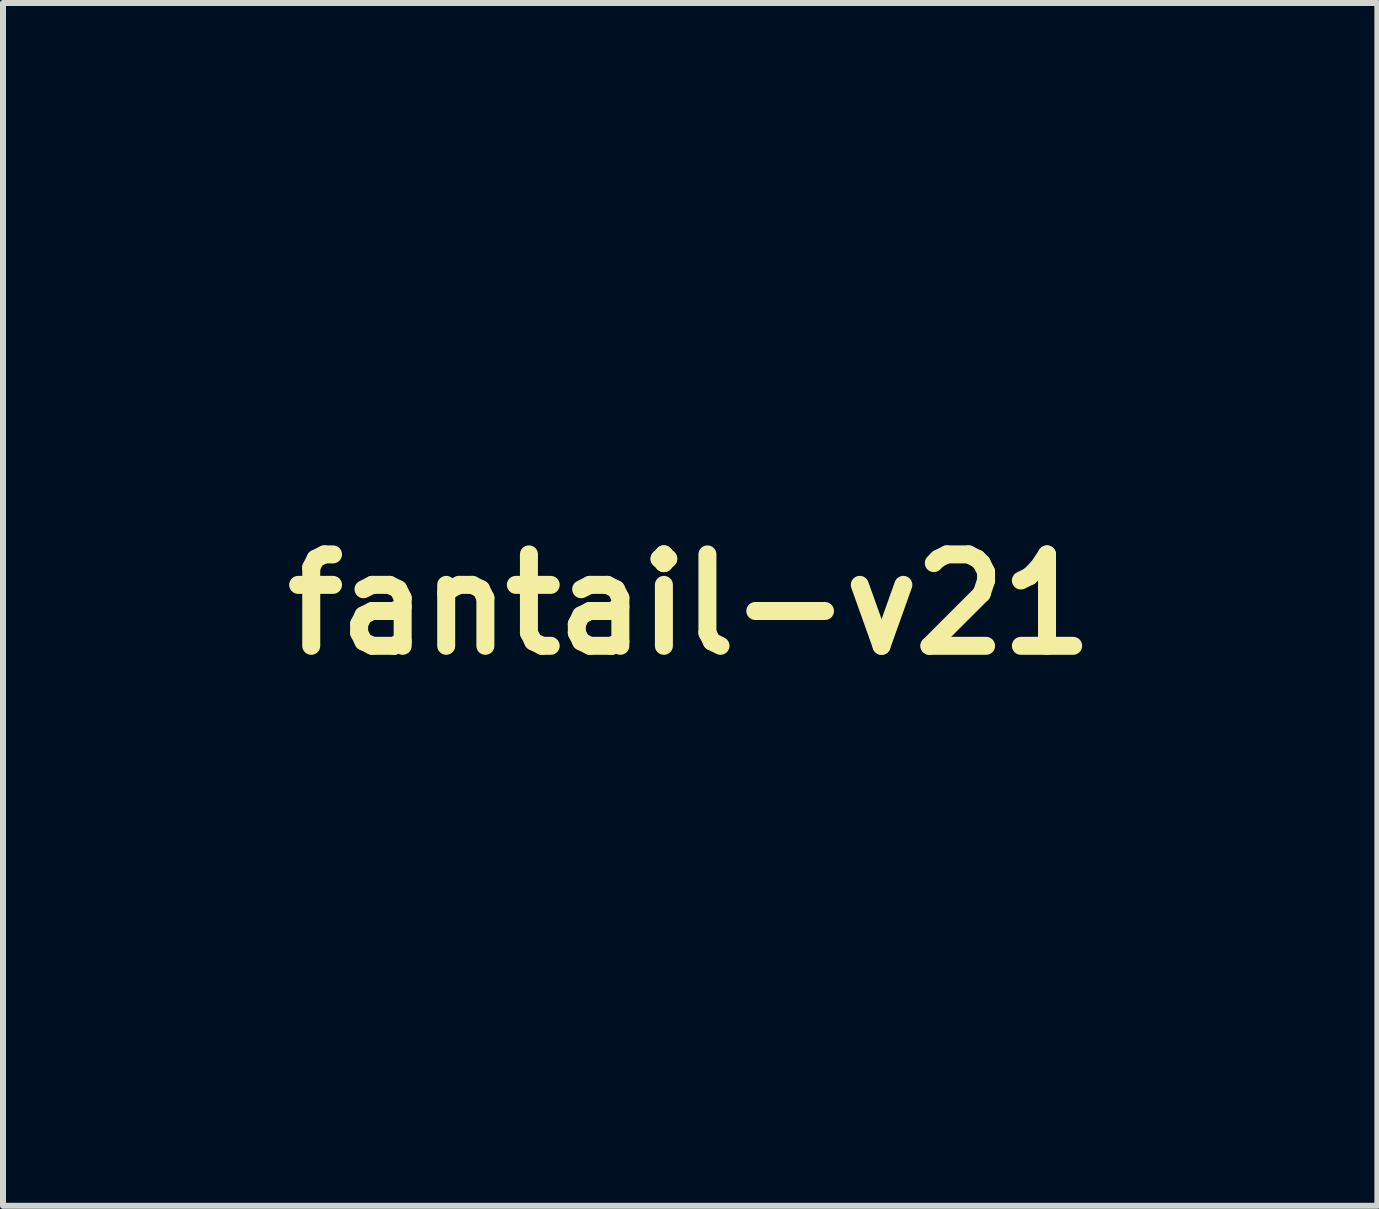
<source format=kicad_pcb>
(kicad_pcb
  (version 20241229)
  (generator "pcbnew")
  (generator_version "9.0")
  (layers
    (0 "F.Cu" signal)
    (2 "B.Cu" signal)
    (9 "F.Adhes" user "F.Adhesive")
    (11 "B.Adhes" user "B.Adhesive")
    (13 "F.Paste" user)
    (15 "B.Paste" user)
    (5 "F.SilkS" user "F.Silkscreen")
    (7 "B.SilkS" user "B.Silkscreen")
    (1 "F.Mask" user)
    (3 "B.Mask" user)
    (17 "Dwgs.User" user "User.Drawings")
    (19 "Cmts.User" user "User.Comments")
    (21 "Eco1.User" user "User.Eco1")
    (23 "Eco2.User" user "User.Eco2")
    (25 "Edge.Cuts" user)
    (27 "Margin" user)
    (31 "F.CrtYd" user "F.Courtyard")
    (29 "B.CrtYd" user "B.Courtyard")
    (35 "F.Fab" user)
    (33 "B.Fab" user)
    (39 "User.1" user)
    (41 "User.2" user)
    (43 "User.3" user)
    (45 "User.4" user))
  (footprint "fantail-v21"
    (layer "F.Cu")
    (at 8.452 7.026)
    (property "Reference" "fantail-v21" (at 0 0 0) (layer "F.SilkS") (effects (font (size 1.524 1.524) (thickness 0.3))))
    (attr through_hole)
    (fp_poly (pts (xy -5.045 -0.022) (xy -4.794 0.523) (xy -4.566 1.013) (xy -4.369 1.429) (xy -4.213 1.751) (xy -4.108 1.958) (xy -4.063 2.031) (xy -4.018 1.958) (xy -3.913 1.75) (xy -3.757 1.427) (xy -3.56 1.011) (xy -3.332 0.52) (xy -3.083 -0.021) (xy -2.147 -2.074) (xy -0.926 -2.074) (xy -0.441 -2.072) (xy -0.099 -2.063) (xy 0.123 -2.045) (xy 0.251 -2.015) (xy 0.309 -1.971) (xy 0.32 -1.942) (xy 0.288 -1.848) (xy 0.189 -1.62) (xy 0.033 -1.272) (xy -0.174 -0.822) (xy -0.423 -0.286) (xy -0.707 0.319) (xy -1.017 0.976) (xy -1.346 1.669) (xy -1.686 2.381) (xy -2.028 3.096) (xy -2.365 3.797) (xy -2.689 4.467) (xy -2.991 5.09) (xy -3.265 5.649) (xy -3.501 6.127) (xy -3.693 6.508) (xy -3.831 6.776) (xy -3.909 6.913) (xy -3.916 6.921) (xy -4.044 7.019) (xy -4.172 6.963) (xy -4.27 6.837) (xy -4.351 6.692) (xy -4.493 6.418) (xy -4.686 6.031) (xy -4.924 5.548) (xy -5.198 4.986) (xy -5.501 4.361) (xy -5.824 3.69) (xy -6.159 2.989) (xy -6.499 2.276) (xy -6.835 1.568) (xy -7.16 0.88) (xy -7.465 0.23) (xy -7.743 -0.366) (xy -7.986 -0.891) (xy -8.186 -1.328) (xy -8.314 -1.615) (xy -7.868 -1.615) (xy -6.915 0.357) (xy -6.584 1.043) (xy -6.209 1.818) (xy -5.82 2.626) (xy -5.443 3.408) (xy -5.105 4.109) (xy -5.036 4.253) (xy -4.783 4.773) (xy -4.55 5.236) (xy -4.35 5.62) (xy -4.193 5.907) (xy -4.088 6.076) (xy -4.048 6.114) (xy -4 6.028) (xy -3.885 5.803) (xy -3.711 5.456) (xy -3.485 5.001) (xy -3.214 4.453) (xy -2.906 3.825) (xy -2.568 3.134) (xy -2.207 2.394) (xy -2.134 2.242) (xy -0.282 -1.566) (xy -1.041 -1.591) (xy -1.381 -1.598) (xy -1.651 -1.596) (xy -1.811 -1.586) (xy -1.836 -1.579) (xy -1.879 -1.495) (xy -1.984 -1.278) (xy -2.14 -0.945) (xy -2.339 -0.518) (xy -2.572 -0.017) (xy -2.828 0.54) (xy -2.877 0.647) (xy -3.192 1.328) (xy -3.447 1.865) (xy -3.65 2.273) (xy -3.806 2.563) (xy -3.923 2.749) (xy -4.008 2.844) (xy -4.045 2.862) (xy -4.103 2.849) (xy -4.173 2.784) (xy -4.266 2.65) (xy -4.388 2.434) (xy -4.549 2.12) (xy -4.755 1.691) (xy -5.017 1.134) (xy -5.236 0.66) (xy -6.264 -1.566) (xy -7.066 -1.591) (xy -7.868 -1.615) (xy -8.314 -1.615) (xy -8.334 -1.661) (xy -8.424 -1.872) (xy -8.447 -1.944) (xy -8.414 -1.996) (xy -8.32 -2.033) (xy -8.143 -2.056) (xy -7.856 -2.069) (xy -7.435 -2.074) (xy -7.203 -2.074) (xy -5.984 -2.074) (xy -5.045 -0.022)) (stroke (width 0.01) (type solid)) (fill yes) (layer "F.Mask"))
    (fp_poly (pts (xy 4.707 -6.996) (xy 5.173 -6.94) (xy 5.375 -6.897) (xy 6.067 -6.636) (xy 6.725 -6.237) (xy 7.313 -5.729) (xy 7.793 -5.141) (xy 8.033 -4.727) (xy 8.281 -4.06) (xy 8.414 -3.344) (xy 8.422 -2.642) (xy 8.396 -2.434) (xy 8.324 -2.054) (xy 8.225 -1.687) (xy 8.089 -1.319) (xy 7.907 -0.935) (xy 7.671 -0.521) (xy 7.371 -0.062) (xy 6.998 0.455) (xy 6.543 1.046) (xy 5.996 1.724) (xy 5.349 2.504) (xy 4.926 3.006) (xy 3.996 4.106) (xy 6.119 4.129) (xy 6.901 4.141) (xy 7.516 4.159) (xy 7.963 4.184) (xy 8.244 4.214) (xy 8.356 4.247) (xy 8.407 4.333) (xy 8.439 4.506) (xy 8.453 4.79) (xy 8.451 5.211) (xy 8.448 5.368) (xy 8.424 6.392) (xy 3.973 6.414) (xy 3.12 6.417) (xy 2.319 6.418) (xy 1.585 6.417) (xy 0.935 6.414) (xy 0.384 6.409) (xy -0.053 6.402) (xy -0.358 6.393) (xy -0.517 6.383) (xy -0.535 6.379) (xy -0.59 6.249) (xy -0.593 6.215) (xy -0.54 6.129) (xy -0.453 6.011) (xy 0.077 6.011) (xy 7.959 6.011) (xy 7.959 4.657) (xy 5.69 4.657) (xy 4.973 4.655) (xy 4.408 4.649) (xy 3.977 4.637) (xy 3.663 4.617) (xy 3.448 4.586) (xy 3.313 4.544) (xy 3.243 4.488) (xy 3.218 4.417) (xy 3.217 4.393) (xy 3.27 4.316) (xy 3.418 4.125) (xy 3.649 3.838) (xy 3.949 3.47) (xy 4.306 3.038) (xy 4.705 2.558) (xy 4.873 2.357) (xy 5.546 1.547) (xy 6.113 0.848) (xy 6.584 0.243) (xy 6.967 -0.283) (xy 7.271 -0.744) (xy 7.505 -1.155) (xy 7.679 -1.532) (xy 7.801 -1.889) (xy 7.881 -2.242) (xy 7.927 -2.605) (xy 7.938 -2.759) (xy 7.905 -3.536) (xy 7.719 -4.257) (xy 7.392 -4.909) (xy 6.936 -5.477) (xy 6.363 -5.945) (xy 5.684 -6.3) (xy 4.926 -6.523) (xy 4.219 -6.599) (xy 3.492 -6.562) (xy 2.789 -6.422) (xy 2.154 -6.186) (xy 1.669 -5.896) (xy 1.243 -5.48) (xy 0.867 -4.933) (xy 0.56 -4.289) (xy 0.34 -3.581) (xy 0.295 -3.365) (xy 0.235 -3.048) (xy 1.681 -3.048) (xy 1.811 -3.493) (xy 2.062 -4.13) (xy 2.404 -4.625) (xy 2.84 -4.98) (xy 3.376 -5.2) (xy 4.015 -5.287) (xy 4.149 -5.289) (xy 4.742 -5.234) (xy 5.24 -5.063) (xy 5.684 -4.757) (xy 5.951 -4.489) (xy 6.256 -4.081) (xy 6.437 -3.652) (xy 6.513 -3.146) (xy 6.519 -2.92) (xy 6.512 -2.721) (xy 6.488 -2.522) (xy 6.439 -2.315) (xy 6.361 -2.091) (xy 6.246 -1.841) (xy 6.089 -1.556) (xy 5.883 -1.228) (xy 5.624 -0.849) (xy 5.303 -0.409) (xy 4.916 0.099) (xy 4.456 0.685) (xy 3.917 1.358) (xy 3.293 2.125) (xy 2.577 2.996) (xy 1.765 3.979) (xy 0.868 5.059) (xy 0.077 6.011) (xy -0.453 6.011) (xy -0.39 5.927) (xy -0.153 5.622) (xy 0.16 5.227) (xy 0.538 4.756) (xy 0.971 4.222) (xy 1.448 3.639) (xy 1.877 3.117) (xy 2.655 2.173) (xy 3.331 1.348) (xy 3.912 0.632) (xy 4.405 0.013) (xy 4.816 -0.518) (xy 5.154 -0.972) (xy 5.426 -1.359) (xy 5.637 -1.689) (xy 5.796 -1.974) (xy 5.91 -2.224) (xy 5.985 -2.448) (xy 6.03 -2.658) (xy 6.05 -2.863) (xy 6.053 -3.012) (xy 6.035 -3.361) (xy 5.962 -3.635) (xy 5.809 -3.927) (xy 5.799 -3.944) (xy 5.472 -4.335) (xy 5.059 -4.614) (xy 4.589 -4.78) (xy 4.094 -4.835) (xy 3.604 -4.776) (xy 3.15 -4.606) (xy 2.762 -4.323) (xy 2.476 -3.937) (xy 2.384 -3.719) (xy 2.281 -3.41) (xy 2.203 -3.133) (xy 2.064 -2.582) (xy -0.212 -2.582) (xy -0.189 -3.081) (xy -0.131 -3.513) (xy -0.006 -4.025) (xy 0.166 -4.549) (xy 0.364 -5.02) (xy 0.469 -5.218) (xy 0.909 -5.81) (xy 1.475 -6.309) (xy 2.14 -6.693) (xy 2.752 -6.912) (xy 3.138 -6.98) (xy 3.631 -7.016) (xy 4.174 -7.021) (xy 4.707 -6.996)) (stroke (width 0.01) (type solid)) (fill yes) (layer "F.Mask")))
  (gr_rect
    (start -3 -3)
    (end 19.91 17.05)
    (stroke (width 0.1) (type default))
    (fill no)
    (layer "Edge.Cuts")))
</source>
